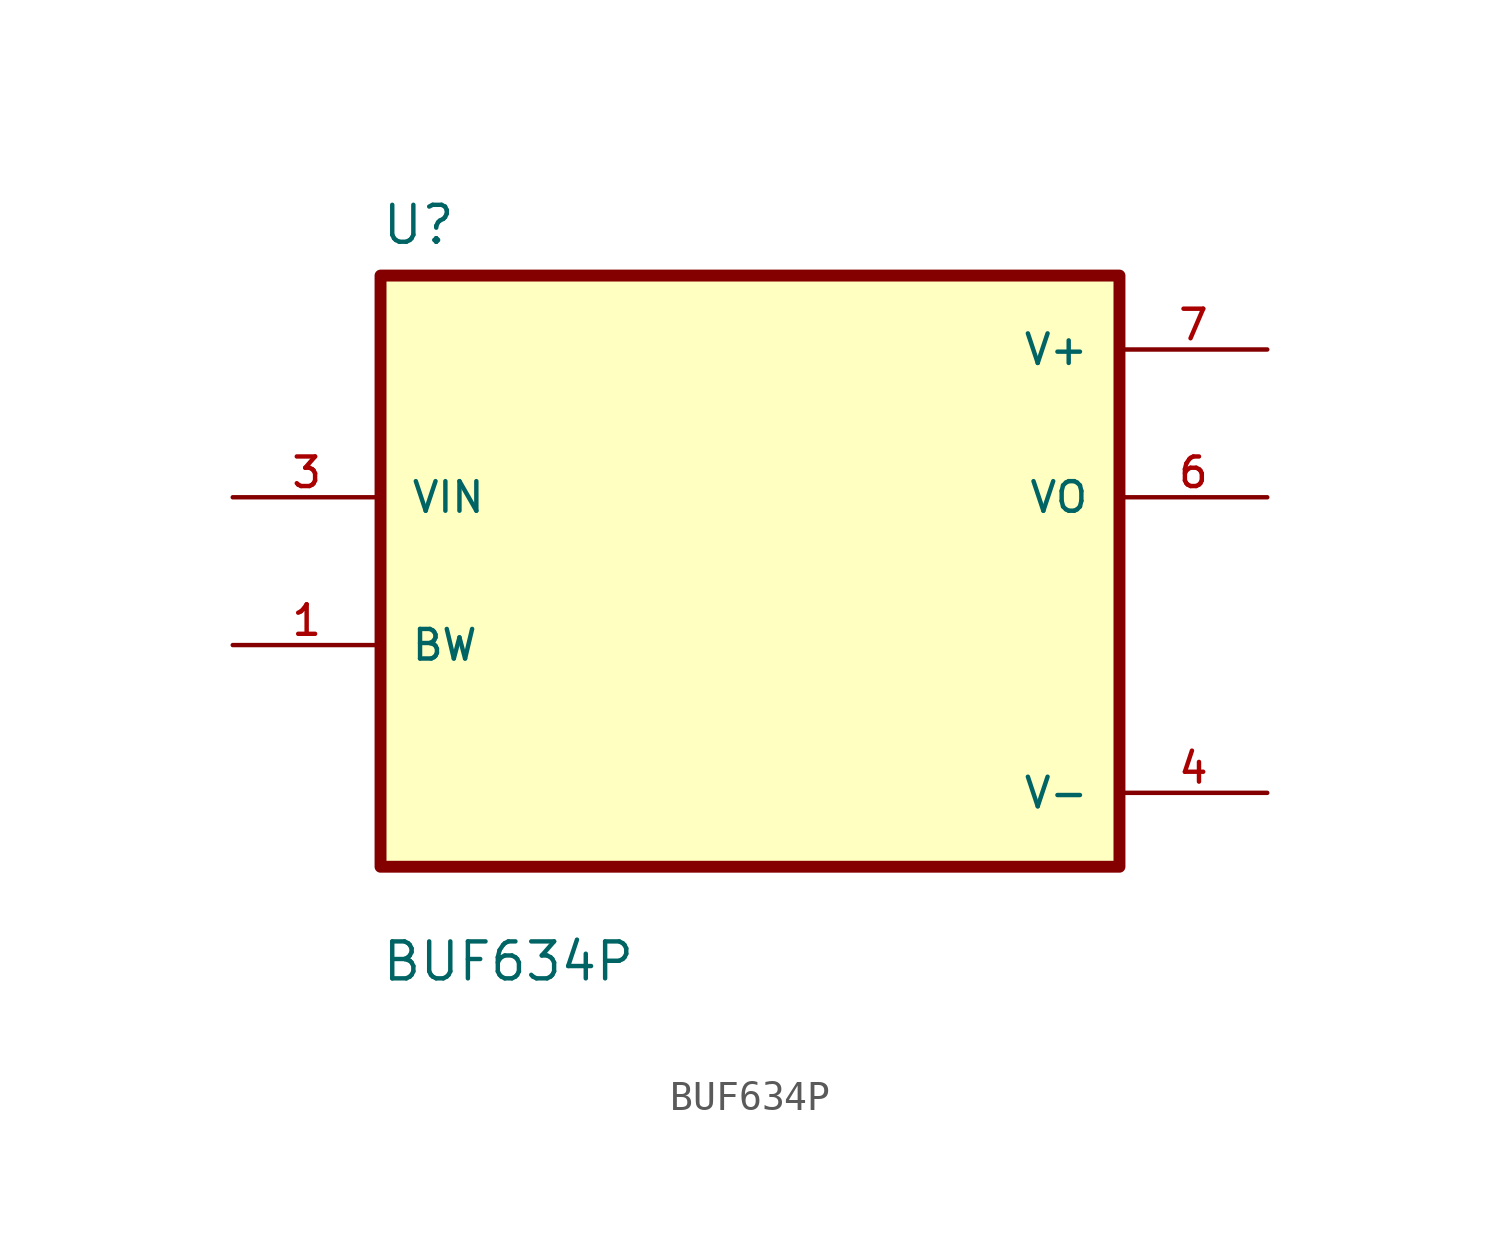
<source format=kicad_sym>
(kicad_symbol_lib
  (version 20211014)
  (generator kicad_symbol_editor)
  (symbol "BUF634P"
    (pin_names
      (offset 1.016))
    (property "Reference" "U"
      (at -12.7 11.16 0.0)
      (effects (font (size 1.27 1.27)) (justify bottom left)))
    (property "Value" "BUF634P"
      (at -12.7 -14.16 0.0)
      (effects (font (size 1.27 1.27)) (justify bottom left)))
    (symbol "BUF634P_0_0"
      (rectangle (start -12.7 -10.16) (end 12.7 10.16) (stroke (width 0.41)) (fill (type background)))
      (pin input line (at -17.78 2.54 0) (length 5.08) (name "VIN" (effects (font (size 1.016 1.016)))) (number "3" (effects (font (size 1.016 1.016)))))
      (pin bidirectional line (at -17.78 -2.54 0) (length 5.08) (name "BW" (effects (font (size 1.016 1.016)))) (number "1" (effects (font (size 1.016 1.016)))))
      (pin power_in line (at 17.78 7.62 180.0) (length 5.08) (name "V+" (effects (font (size 1.016 1.016)))) (number "7" (effects (font (size 1.016 1.016)))))
      (pin output line (at 17.78 2.54 180.0) (length 5.08) (name "VO" (effects (font (size 1.016 1.016)))) (number "6" (effects (font (size 1.016 1.016)))))
      (pin power_in line (at 17.78 -7.62 180.0) (length 5.08) (name "V-" (effects (font (size 1.016 1.016)))) (number "4" (effects (font (size 1.016 1.016))))))))
</source>
